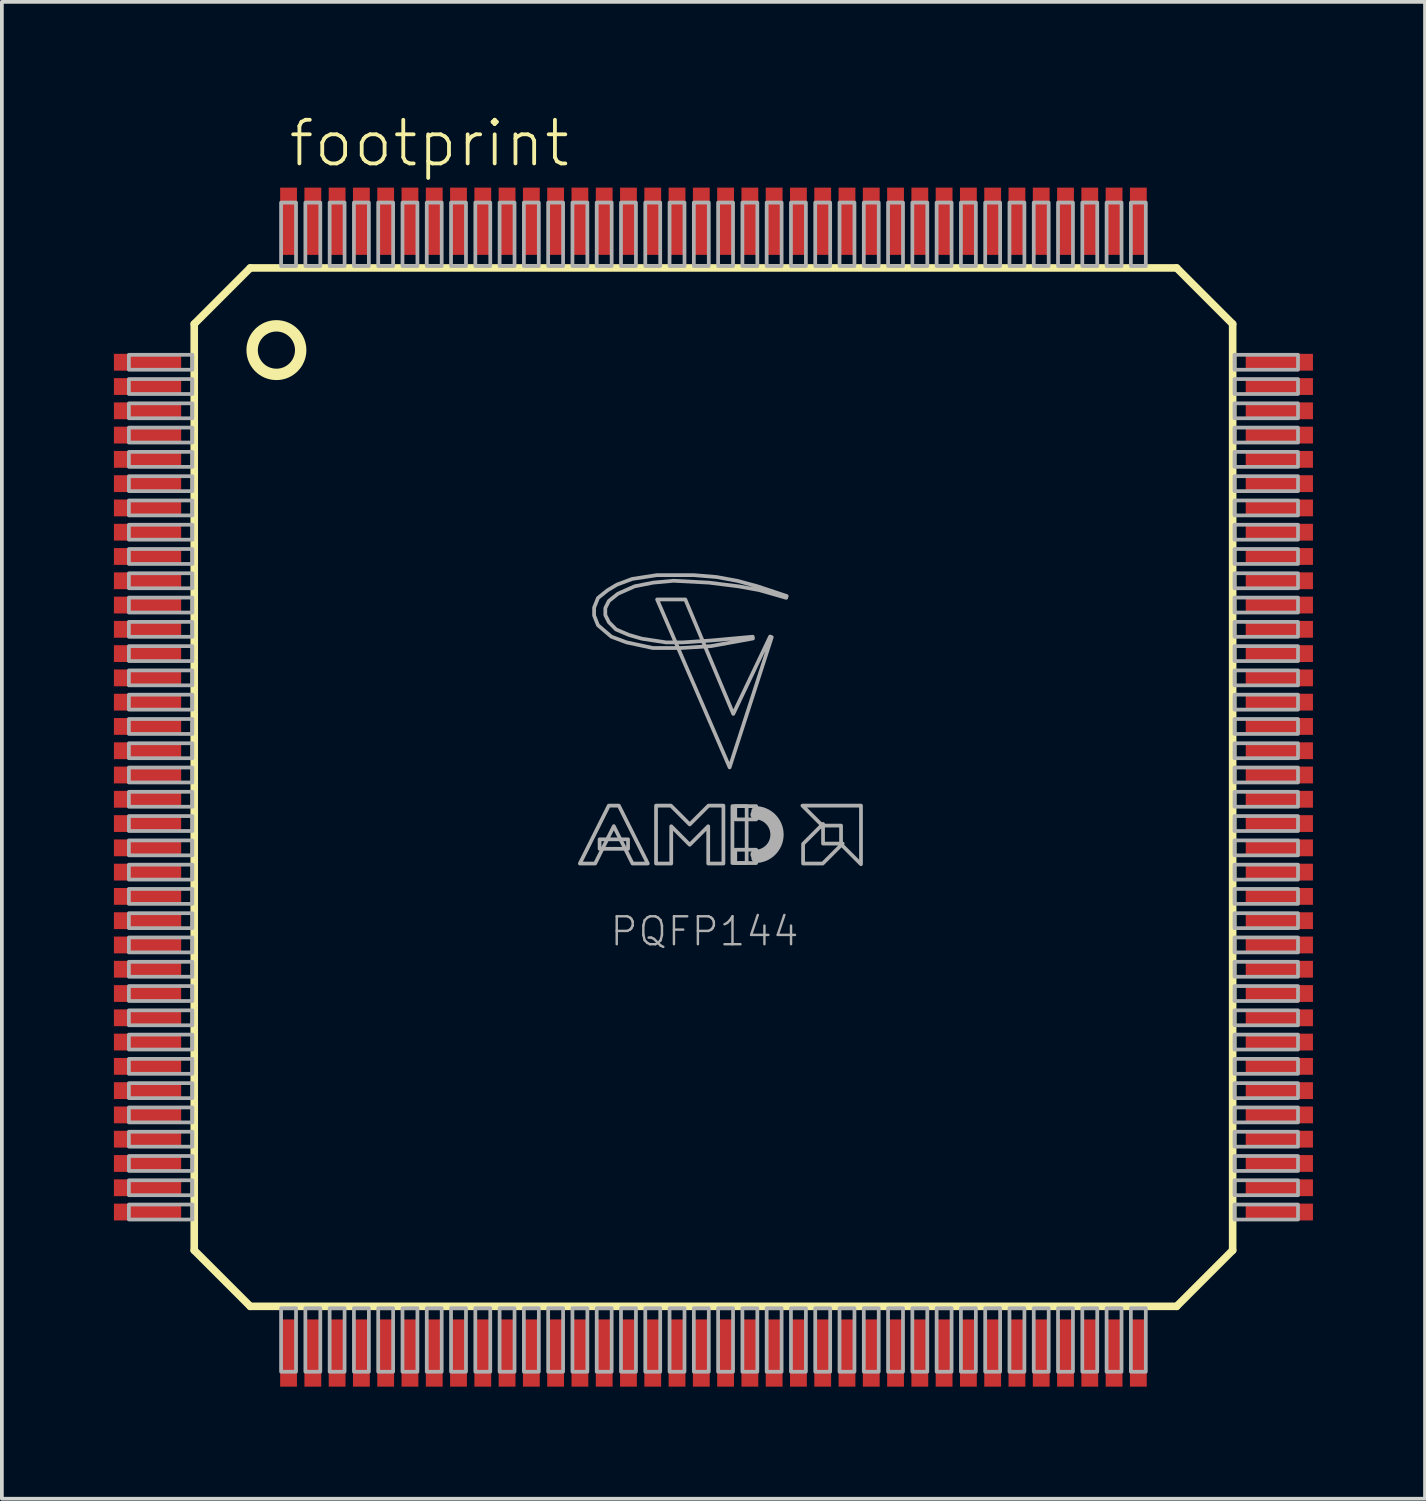
<source format=kicad_pcb>
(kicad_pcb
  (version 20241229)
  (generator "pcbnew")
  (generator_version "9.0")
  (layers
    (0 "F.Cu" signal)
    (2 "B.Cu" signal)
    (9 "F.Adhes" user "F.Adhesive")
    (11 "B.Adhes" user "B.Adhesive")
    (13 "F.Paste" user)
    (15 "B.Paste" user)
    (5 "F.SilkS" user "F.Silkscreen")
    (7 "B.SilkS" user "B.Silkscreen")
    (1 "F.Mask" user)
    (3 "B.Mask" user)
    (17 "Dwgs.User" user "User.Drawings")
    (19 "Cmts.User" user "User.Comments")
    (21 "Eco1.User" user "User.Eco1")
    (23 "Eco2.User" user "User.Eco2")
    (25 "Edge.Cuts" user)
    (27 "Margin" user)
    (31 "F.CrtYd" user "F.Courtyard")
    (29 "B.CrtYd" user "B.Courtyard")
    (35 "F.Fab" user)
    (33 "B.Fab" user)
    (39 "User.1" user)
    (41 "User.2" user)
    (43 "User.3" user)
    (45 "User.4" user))
  (footprint "footprint"
    (layer "F.Cu")
    (at 16.05 18.023)
    (property "Reference" "footprint" (at -11.43 -16.55 0) (layer "F.SilkS") (effects (font (size 1.168 1.168) (thickness 0.102)) (justify left bottom)))
    (fp_line (start -13.9 -12.4) (end -12.4 -13.9) (stroke (width 0.203) (type solid)) (layer "F.SilkS"))
    (fp_line (start -13.9 12.4) (end -13.9 -12.4) (stroke (width 0.203) (type solid)) (layer "F.SilkS"))
    (fp_line (start -12.4 -13.9) (end 12.4 -13.9) (stroke (width 0.203) (type solid)) (layer "F.SilkS"))
    (fp_line (start -12.4 13.9) (end -13.9 12.4) (stroke (width 0.203) (type solid)) (layer "F.SilkS"))
    (fp_line (start 12.4 -13.9) (end 13.9 -12.4) (stroke (width 0.203) (type solid)) (layer "F.SilkS"))
    (fp_line (start 12.4 13.9) (end -12.4 13.9) (stroke (width 0.203) (type solid)) (layer "F.SilkS"))
    (fp_line (start 13.9 -12.4) (end 13.9 12.4) (stroke (width 0.203) (type solid)) (layer "F.SilkS"))
    (fp_line (start 13.9 12.4) (end 12.4 13.9) (stroke (width 0.203) (type solid)) (layer "F.SilkS"))
    (fp_circle (center -11.7 -11.7) (end -11.05 -11.7) (stroke (width 0.305) (type solid)) (fill no) (layer "F.SilkS"))
    (fp_arc (start 1.1176 0.5334) (mid 1.8542 1.27) (end 1.1176 2.0066) (stroke (width 0.0508) (type solid)) (layer "F.Fab"))
    (fp_arc (start 1.1176 0.635) (mid 1.7526 1.27) (end 1.1176 1.905) (stroke (width 0.2032) (type solid)) (layer "F.Fab"))
    (fp_arc (start 1.1176 0.7366) (mid 1.651 1.27) (end 1.1176 1.8034) (stroke (width 0.254) (type solid)) (layer "F.Fab"))
    (fp_poly (pts (xy -15.65 -11.175) (xy -13.95 -11.175) (xy -13.95 -11.575) (xy -15.65 -11.575)) (stroke (width 0.1) (type solid)) (fill no) (layer "F.Fab"))
    (fp_poly (pts (xy -15.65 -10.525) (xy -13.95 -10.525) (xy -13.95 -10.925) (xy -15.65 -10.925)) (stroke (width 0.1) (type solid)) (fill no) (layer "F.Fab"))
    (fp_poly (pts (xy -15.65 -9.875) (xy -13.95 -9.875) (xy -13.95 -10.275) (xy -15.65 -10.275)) (stroke (width 0.1) (type solid)) (fill no) (layer "F.Fab"))
    (fp_poly (pts (xy -15.65 -9.225) (xy -13.95 -9.225) (xy -13.95 -9.625) (xy -15.65 -9.625)) (stroke (width 0.1) (type solid)) (fill no) (layer "F.Fab"))
    (fp_poly (pts (xy -15.65 -8.575) (xy -13.95 -8.575) (xy -13.95 -8.975) (xy -15.65 -8.975)) (stroke (width 0.1) (type solid)) (fill no) (layer "F.Fab"))
    (fp_poly (pts (xy -15.65 -7.925) (xy -13.95 -7.925) (xy -13.95 -8.325) (xy -15.65 -8.325)) (stroke (width 0.1) (type solid)) (fill no) (layer "F.Fab"))
    (fp_poly (pts (xy -15.65 -7.275) (xy -13.95 -7.275) (xy -13.95 -7.675) (xy -15.65 -7.675)) (stroke (width 0.1) (type solid)) (fill no) (layer "F.Fab"))
    (fp_poly (pts (xy -15.65 -6.625) (xy -13.95 -6.625) (xy -13.95 -7.025) (xy -15.65 -7.025)) (stroke (width 0.1) (type solid)) (fill no) (layer "F.Fab"))
    (fp_poly (pts (xy -15.65 -5.975) (xy -13.95 -5.975) (xy -13.95 -6.375) (xy -15.65 -6.375)) (stroke (width 0.1) (type solid)) (fill no) (layer "F.Fab"))
    (fp_poly (pts (xy -15.65 -5.325) (xy -13.95 -5.325) (xy -13.95 -5.725) (xy -15.65 -5.725)) (stroke (width 0.1) (type solid)) (fill no) (layer "F.Fab"))
    (fp_poly (pts (xy -15.65 -4.675) (xy -13.95 -4.675) (xy -13.95 -5.075) (xy -15.65 -5.075)) (stroke (width 0.1) (type solid)) (fill no) (layer "F.Fab"))
    (fp_poly (pts (xy -15.65 -4.025) (xy -13.95 -4.025) (xy -13.95 -4.425) (xy -15.65 -4.425)) (stroke (width 0.1) (type solid)) (fill no) (layer "F.Fab"))
    (fp_poly (pts (xy -15.65 -3.375) (xy -13.95 -3.375) (xy -13.95 -3.775) (xy -15.65 -3.775)) (stroke (width 0.1) (type solid)) (fill no) (layer "F.Fab"))
    (fp_poly (pts (xy -15.65 -2.725) (xy -13.95 -2.725) (xy -13.95 -3.125) (xy -15.65 -3.125)) (stroke (width 0.1) (type solid)) (fill no) (layer "F.Fab"))
    (fp_poly (pts (xy -15.65 -2.075) (xy -13.95 -2.075) (xy -13.95 -2.475) (xy -15.65 -2.475)) (stroke (width 0.1) (type solid)) (fill no) (layer "F.Fab"))
    (fp_poly (pts (xy -15.65 -1.425) (xy -13.95 -1.425) (xy -13.95 -1.825) (xy -15.65 -1.825)) (stroke (width 0.1) (type solid)) (fill no) (layer "F.Fab"))
    (fp_poly (pts (xy -15.65 -0.775) (xy -13.95 -0.775) (xy -13.95 -1.175) (xy -15.65 -1.175)) (stroke (width 0.1) (type solid)) (fill no) (layer "F.Fab"))
    (fp_poly (pts (xy -15.65 -0.125) (xy -13.95 -0.125) (xy -13.95 -0.525) (xy -15.65 -0.525)) (stroke (width 0.1) (type solid)) (fill no) (layer "F.Fab"))
    (fp_poly (pts (xy -15.65 0.525) (xy -13.95 0.525) (xy -13.95 0.125) (xy -15.65 0.125)) (stroke (width 0.1) (type solid)) (fill no) (layer "F.Fab"))
    (fp_poly (pts (xy -15.65 1.175) (xy -13.95 1.175) (xy -13.95 0.775) (xy -15.65 0.775)) (stroke (width 0.1) (type solid)) (fill no) (layer "F.Fab"))
    (fp_poly (pts (xy -15.65 1.825) (xy -13.95 1.825) (xy -13.95 1.425) (xy -15.65 1.425)) (stroke (width 0.1) (type solid)) (fill no) (layer "F.Fab"))
    (fp_poly (pts (xy -15.65 2.475) (xy -13.95 2.475) (xy -13.95 2.075) (xy -15.65 2.075)) (stroke (width 0.1) (type solid)) (fill no) (layer "F.Fab"))
    (fp_poly (pts (xy -15.65 3.125) (xy -13.95 3.125) (xy -13.95 2.725) (xy -15.65 2.725)) (stroke (width 0.1) (type solid)) (fill no) (layer "F.Fab"))
    (fp_poly (pts (xy -15.65 3.775) (xy -13.95 3.775) (xy -13.95 3.375) (xy -15.65 3.375)) (stroke (width 0.1) (type solid)) (fill no) (layer "F.Fab"))
    (fp_poly (pts (xy -15.65 4.425) (xy -13.95 4.425) (xy -13.95 4.025) (xy -15.65 4.025)) (stroke (width 0.1) (type solid)) (fill no) (layer "F.Fab"))
    (fp_poly (pts (xy -15.65 5.075) (xy -13.95 5.075) (xy -13.95 4.675) (xy -15.65 4.675)) (stroke (width 0.1) (type solid)) (fill no) (layer "F.Fab"))
    (fp_poly (pts (xy -15.65 5.725) (xy -13.95 5.725) (xy -13.95 5.325) (xy -15.65 5.325)) (stroke (width 0.1) (type solid)) (fill no) (layer "F.Fab"))
    (fp_poly (pts (xy -15.65 6.375) (xy -13.95 6.375) (xy -13.95 5.975) (xy -15.65 5.975)) (stroke (width 0.1) (type solid)) (fill no) (layer "F.Fab"))
    (fp_poly (pts (xy -15.65 7.025) (xy -13.95 7.025) (xy -13.95 6.625) (xy -15.65 6.625)) (stroke (width 0.1) (type solid)) (fill no) (layer "F.Fab"))
    (fp_poly (pts (xy -15.65 7.675) (xy -13.95 7.675) (xy -13.95 7.275) (xy -15.65 7.275)) (stroke (width 0.1) (type solid)) (fill no) (layer "F.Fab"))
    (fp_poly (pts (xy -15.65 8.325) (xy -13.95 8.325) (xy -13.95 7.925) (xy -15.65 7.925)) (stroke (width 0.1) (type solid)) (fill no) (layer "F.Fab"))
    (fp_poly (pts (xy -15.65 8.975) (xy -13.95 8.975) (xy -13.95 8.575) (xy -15.65 8.575)) (stroke (width 0.1) (type solid)) (fill no) (layer "F.Fab"))
    (fp_poly (pts (xy -15.65 9.625) (xy -13.95 9.625) (xy -13.95 9.225) (xy -15.65 9.225)) (stroke (width 0.1) (type solid)) (fill no) (layer "F.Fab"))
    (fp_poly (pts (xy -15.65 10.275) (xy -13.95 10.275) (xy -13.95 9.875) (xy -15.65 9.875)) (stroke (width 0.1) (type solid)) (fill no) (layer "F.Fab"))
    (fp_poly (pts (xy -15.65 10.925) (xy -13.95 10.925) (xy -13.95 10.525) (xy -15.65 10.525)) (stroke (width 0.1) (type solid)) (fill no) (layer "F.Fab"))
    (fp_poly (pts (xy -15.65 11.575) (xy -13.95 11.575) (xy -13.95 11.175) (xy -15.65 11.175)) (stroke (width 0.1) (type solid)) (fill no) (layer "F.Fab"))
    (fp_poly (pts (xy -11.575 -13.95) (xy -11.175 -13.95) (xy -11.175 -15.65) (xy -11.575 -15.65)) (stroke (width 0.1) (type solid)) (fill no) (layer "F.Fab"))
    (fp_poly (pts (xy -11.575 15.65) (xy -11.175 15.65) (xy -11.175 13.95) (xy -11.575 13.95)) (stroke (width 0.1) (type solid)) (fill no) (layer "F.Fab"))
    (fp_poly (pts (xy -10.925 -13.95) (xy -10.525 -13.95) (xy -10.525 -15.65) (xy -10.925 -15.65)) (stroke (width 0.1) (type solid)) (fill no) (layer "F.Fab"))
    (fp_poly (pts (xy -10.925 15.65) (xy -10.525 15.65) (xy -10.525 13.95) (xy -10.925 13.95)) (stroke (width 0.1) (type solid)) (fill no) (layer "F.Fab"))
    (fp_poly (pts (xy -10.275 -13.95) (xy -9.875 -13.95) (xy -9.875 -15.65) (xy -10.275 -15.65)) (stroke (width 0.1) (type solid)) (fill no) (layer "F.Fab"))
    (fp_poly (pts (xy -10.275 15.65) (xy -9.875 15.65) (xy -9.875 13.95) (xy -10.275 13.95)) (stroke (width 0.1) (type solid)) (fill no) (layer "F.Fab"))
    (fp_poly (pts (xy -9.625 -13.95) (xy -9.225 -13.95) (xy -9.225 -15.65) (xy -9.625 -15.65)) (stroke (width 0.1) (type solid)) (fill no) (layer "F.Fab"))
    (fp_poly (pts (xy -9.625 15.65) (xy -9.225 15.65) (xy -9.225 13.95) (xy -9.625 13.95)) (stroke (width 0.1) (type solid)) (fill no) (layer "F.Fab"))
    (fp_poly (pts (xy -8.975 -13.95) (xy -8.575 -13.95) (xy -8.575 -15.65) (xy -8.975 -15.65)) (stroke (width 0.1) (type solid)) (fill no) (layer "F.Fab"))
    (fp_poly (pts (xy -8.975 15.65) (xy -8.575 15.65) (xy -8.575 13.95) (xy -8.975 13.95)) (stroke (width 0.1) (type solid)) (fill no) (layer "F.Fab"))
    (fp_poly (pts (xy -8.325 -13.95) (xy -7.925 -13.95) (xy -7.925 -15.65) (xy -8.325 -15.65)) (stroke (width 0.1) (type solid)) (fill no) (layer "F.Fab"))
    (fp_poly (pts (xy -8.325 15.65) (xy -7.925 15.65) (xy -7.925 13.95) (xy -8.325 13.95)) (stroke (width 0.1) (type solid)) (fill no) (layer "F.Fab"))
    (fp_poly (pts (xy -7.675 -13.95) (xy -7.275 -13.95) (xy -7.275 -15.65) (xy -7.675 -15.65)) (stroke (width 0.1) (type solid)) (fill no) (layer "F.Fab"))
    (fp_poly (pts (xy -7.675 15.65) (xy -7.275 15.65) (xy -7.275 13.95) (xy -7.675 13.95)) (stroke (width 0.1) (type solid)) (fill no) (layer "F.Fab"))
    (fp_poly (pts (xy -7.025 -13.95) (xy -6.625 -13.95) (xy -6.625 -15.65) (xy -7.025 -15.65)) (stroke (width 0.1) (type solid)) (fill no) (layer "F.Fab"))
    (fp_poly (pts (xy -7.025 15.65) (xy -6.625 15.65) (xy -6.625 13.95) (xy -7.025 13.95)) (stroke (width 0.1) (type solid)) (fill no) (layer "F.Fab"))
    (fp_poly (pts (xy -6.375 -13.95) (xy -5.975 -13.95) (xy -5.975 -15.65) (xy -6.375 -15.65)) (stroke (width 0.1) (type solid)) (fill no) (layer "F.Fab"))
    (fp_poly (pts (xy -6.375 15.65) (xy -5.975 15.65) (xy -5.975 13.95) (xy -6.375 13.95)) (stroke (width 0.1) (type solid)) (fill no) (layer "F.Fab"))
    (fp_poly (pts (xy -5.725 -13.95) (xy -5.325 -13.95) (xy -5.325 -15.65) (xy -5.725 -15.65)) (stroke (width 0.1) (type solid)) (fill no) (layer "F.Fab"))
    (fp_poly (pts (xy -5.725 15.65) (xy -5.325 15.65) (xy -5.325 13.95) (xy -5.725 13.95)) (stroke (width 0.1) (type solid)) (fill no) (layer "F.Fab"))
    (fp_poly (pts (xy -5.075 -13.95) (xy -4.675 -13.95) (xy -4.675 -15.65) (xy -5.075 -15.65)) (stroke (width 0.1) (type solid)) (fill no) (layer "F.Fab"))
    (fp_poly (pts (xy -5.075 15.65) (xy -4.675 15.65) (xy -4.675 13.95) (xy -5.075 13.95)) (stroke (width 0.1) (type solid)) (fill no) (layer "F.Fab"))
    (fp_poly (pts (xy -4.425 -13.95) (xy -4.025 -13.95) (xy -4.025 -15.65) (xy -4.425 -15.65)) (stroke (width 0.1) (type solid)) (fill no) (layer "F.Fab"))
    (fp_poly (pts (xy -4.425 15.65) (xy -4.025 15.65) (xy -4.025 13.95) (xy -4.425 13.95)) (stroke (width 0.1) (type solid)) (fill no) (layer "F.Fab"))
    (fp_poly (pts (xy -3.775 -13.95) (xy -3.375 -13.95) (xy -3.375 -15.65) (xy -3.775 -15.65)) (stroke (width 0.1) (type solid)) (fill no) (layer "F.Fab"))
    (fp_poly (pts (xy -3.775 15.65) (xy -3.375 15.65) (xy -3.375 13.95) (xy -3.775 13.95)) (stroke (width 0.1) (type solid)) (fill no) (layer "F.Fab"))
    (fp_poly (pts (xy -3.125 -13.95) (xy -2.725 -13.95) (xy -2.725 -15.65) (xy -3.125 -15.65)) (stroke (width 0.1) (type solid)) (fill no) (layer "F.Fab"))
    (fp_poly (pts (xy -3.125 15.65) (xy -2.725 15.65) (xy -2.725 13.95) (xy -3.125 13.95)) (stroke (width 0.1) (type solid)) (fill no) (layer "F.Fab"))
    (fp_poly (pts (xy -3.048 1.651) (xy -2.286 1.651) (xy -2.286 1.397) (xy -3.048 1.397)) (stroke (width 0.1) (type solid)) (fill no) (layer "F.Fab"))
    (fp_poly (pts (xy -2.475 -13.95) (xy -2.075 -13.95) (xy -2.075 -15.65) (xy -2.475 -15.65)) (stroke (width 0.1) (type solid)) (fill no) (layer "F.Fab"))
    (fp_poly (pts (xy -2.475 15.65) (xy -2.075 15.65) (xy -2.075 13.95) (xy -2.475 13.95)) (stroke (width 0.1) (type solid)) (fill no) (layer "F.Fab"))
    (fp_poly (pts (xy -1.825 -13.95) (xy -1.425 -13.95) (xy -1.425 -15.65) (xy -1.825 -15.65)) (stroke (width 0.1) (type solid)) (fill no) (layer "F.Fab"))
    (fp_poly (pts (xy -1.825 15.65) (xy -1.425 15.65) (xy -1.425 13.95) (xy -1.825 13.95)) (stroke (width 0.1) (type solid)) (fill no) (layer "F.Fab"))
    (fp_poly (pts (xy -1.175 -13.95) (xy -0.775 -13.95) (xy -0.775 -15.65) (xy -1.175 -15.65)) (stroke (width 0.1) (type solid)) (fill no) (layer "F.Fab"))
    (fp_poly (pts (xy -1.175 15.65) (xy -0.775 15.65) (xy -0.775 13.95) (xy -1.175 13.95)) (stroke (width 0.1) (type solid)) (fill no) (layer "F.Fab"))
    (fp_poly (pts (xy -0.525 -13.95) (xy -0.125 -13.95) (xy -0.125 -15.65) (xy -0.525 -15.65)) (stroke (width 0.1) (type solid)) (fill no) (layer "F.Fab"))
    (fp_poly (pts (xy -0.525 15.65) (xy -0.125 15.65) (xy -0.125 13.95) (xy -0.525 13.95)) (stroke (width 0.1) (type solid)) (fill no) (layer "F.Fab"))
    (fp_poly (pts (xy 0.125 -13.95) (xy 0.525 -13.95) (xy 0.525 -15.65) (xy 0.125 -15.65)) (stroke (width 0.1) (type solid)) (fill no) (layer "F.Fab"))
    (fp_poly (pts (xy 0.125 15.65) (xy 0.525 15.65) (xy 0.525 13.95) (xy 0.125 13.95)) (stroke (width 0.1) (type solid)) (fill no) (layer "F.Fab"))
    (fp_poly (pts (xy 0.508 2.032) (xy 0.889 2.032) (xy 0.889 0.508) (xy 0.508 0.508)) (stroke (width 0.1) (type solid)) (fill no) (layer "F.Fab"))
    (fp_poly (pts (xy 0.584 0.864) (xy 1.143 0.864) (xy 1.143 0.508) (xy 0.584 0.508)) (stroke (width 0.1) (type solid)) (fill no) (layer "F.Fab"))
    (fp_poly (pts (xy 0.584 2.032) (xy 1.143 2.032) (xy 1.143 1.676) (xy 0.584 1.676)) (stroke (width 0.1) (type solid)) (fill no) (layer "F.Fab"))
    (fp_poly (pts (xy 0.775 -13.95) (xy 1.175 -13.95) (xy 1.175 -15.65) (xy 0.775 -15.65)) (stroke (width 0.1) (type solid)) (fill no) (layer "F.Fab"))
    (fp_poly (pts (xy 0.775 15.65) (xy 1.175 15.65) (xy 1.175 13.95) (xy 0.775 13.95)) (stroke (width 0.1) (type solid)) (fill no) (layer "F.Fab"))
    (fp_poly (pts (xy 1.425 -13.95) (xy 1.825 -13.95) (xy 1.825 -15.65) (xy 1.425 -15.65)) (stroke (width 0.1) (type solid)) (fill no) (layer "F.Fab"))
    (fp_poly (pts (xy 1.425 15.65) (xy 1.825 15.65) (xy 1.825 13.95) (xy 1.425 13.95)) (stroke (width 0.1) (type solid)) (fill no) (layer "F.Fab"))
    (fp_poly (pts (xy 2.075 -13.95) (xy 2.475 -13.95) (xy 2.475 -15.65) (xy 2.075 -15.65)) (stroke (width 0.1) (type solid)) (fill no) (layer "F.Fab"))
    (fp_poly (pts (xy 2.075 15.65) (xy 2.475 15.65) (xy 2.475 13.95) (xy 2.075 13.95)) (stroke (width 0.1) (type solid)) (fill no) (layer "F.Fab"))
    (fp_poly (pts (xy 2.725 -13.95) (xy 3.125 -13.95) (xy 3.125 -15.65) (xy 2.725 -15.65)) (stroke (width 0.1) (type solid)) (fill no) (layer "F.Fab"))
    (fp_poly (pts (xy 2.725 15.65) (xy 3.125 15.65) (xy 3.125 13.95) (xy 2.725 13.95)) (stroke (width 0.1) (type solid)) (fill no) (layer "F.Fab"))
    (fp_poly (pts (xy 3.375 -13.95) (xy 3.775 -13.95) (xy 3.775 -15.65) (xy 3.375 -15.65)) (stroke (width 0.1) (type solid)) (fill no) (layer "F.Fab"))
    (fp_poly (pts (xy 3.375 15.65) (xy 3.775 15.65) (xy 3.775 13.95) (xy 3.375 13.95)) (stroke (width 0.1) (type solid)) (fill no) (layer "F.Fab"))
    (fp_poly (pts (xy 4.025 -13.95) (xy 4.425 -13.95) (xy 4.425 -15.65) (xy 4.025 -15.65)) (stroke (width 0.1) (type solid)) (fill no) (layer "F.Fab"))
    (fp_poly (pts (xy 4.025 15.65) (xy 4.425 15.65) (xy 4.425 13.95) (xy 4.025 13.95)) (stroke (width 0.1) (type solid)) (fill no) (layer "F.Fab"))
    (fp_poly (pts (xy 4.675 -13.95) (xy 5.075 -13.95) (xy 5.075 -15.65) (xy 4.675 -15.65)) (stroke (width 0.1) (type solid)) (fill no) (layer "F.Fab"))
    (fp_poly (pts (xy 4.675 15.65) (xy 5.075 15.65) (xy 5.075 13.95) (xy 4.675 13.95)) (stroke (width 0.1) (type solid)) (fill no) (layer "F.Fab"))
    (fp_poly (pts (xy 5.325 -13.95) (xy 5.725 -13.95) (xy 5.725 -15.65) (xy 5.325 -15.65)) (stroke (width 0.1) (type solid)) (fill no) (layer "F.Fab"))
    (fp_poly (pts (xy 5.325 15.65) (xy 5.725 15.65) (xy 5.725 13.95) (xy 5.325 13.95)) (stroke (width 0.1) (type solid)) (fill no) (layer "F.Fab"))
    (fp_poly (pts (xy 5.975 -13.95) (xy 6.375 -13.95) (xy 6.375 -15.65) (xy 5.975 -15.65)) (stroke (width 0.1) (type solid)) (fill no) (layer "F.Fab"))
    (fp_poly (pts (xy 5.975 15.65) (xy 6.375 15.65) (xy 6.375 13.95) (xy 5.975 13.95)) (stroke (width 0.1) (type solid)) (fill no) (layer "F.Fab"))
    (fp_poly (pts (xy 6.625 -13.95) (xy 7.025 -13.95) (xy 7.025 -15.65) (xy 6.625 -15.65)) (stroke (width 0.1) (type solid)) (fill no) (layer "F.Fab"))
    (fp_poly (pts (xy 6.625 15.65) (xy 7.025 15.65) (xy 7.025 13.95) (xy 6.625 13.95)) (stroke (width 0.1) (type solid)) (fill no) (layer "F.Fab"))
    (fp_poly (pts (xy 7.275 -13.95) (xy 7.675 -13.95) (xy 7.675 -15.65) (xy 7.275 -15.65)) (stroke (width 0.1) (type solid)) (fill no) (layer "F.Fab"))
    (fp_poly (pts (xy 7.275 15.65) (xy 7.675 15.65) (xy 7.675 13.95) (xy 7.275 13.95)) (stroke (width 0.1) (type solid)) (fill no) (layer "F.Fab"))
    (fp_poly (pts (xy 7.925 -13.95) (xy 8.325 -13.95) (xy 8.325 -15.65) (xy 7.925 -15.65)) (stroke (width 0.1) (type solid)) (fill no) (layer "F.Fab"))
    (fp_poly (pts (xy 7.925 15.65) (xy 8.325 15.65) (xy 8.325 13.95) (xy 7.925 13.95)) (stroke (width 0.1) (type solid)) (fill no) (layer "F.Fab"))
    (fp_poly (pts (xy 8.575 -13.95) (xy 8.975 -13.95) (xy 8.975 -15.65) (xy 8.575 -15.65)) (stroke (width 0.1) (type solid)) (fill no) (layer "F.Fab"))
    (fp_poly (pts (xy 8.575 15.65) (xy 8.975 15.65) (xy 8.975 13.95) (xy 8.575 13.95)) (stroke (width 0.1) (type solid)) (fill no) (layer "F.Fab"))
    (fp_poly (pts (xy 9.225 -13.95) (xy 9.625 -13.95) (xy 9.625 -15.65) (xy 9.225 -15.65)) (stroke (width 0.1) (type solid)) (fill no) (layer "F.Fab"))
    (fp_poly (pts (xy 9.225 15.65) (xy 9.625 15.65) (xy 9.625 13.95) (xy 9.225 13.95)) (stroke (width 0.1) (type solid)) (fill no) (layer "F.Fab"))
    (fp_poly (pts (xy 9.875 -13.95) (xy 10.275 -13.95) (xy 10.275 -15.65) (xy 9.875 -15.65)) (stroke (width 0.1) (type solid)) (fill no) (layer "F.Fab"))
    (fp_poly (pts (xy 9.875 15.65) (xy 10.275 15.65) (xy 10.275 13.95) (xy 9.875 13.95)) (stroke (width 0.1) (type solid)) (fill no) (layer "F.Fab"))
    (fp_poly (pts (xy 10.525 -13.95) (xy 10.925 -13.95) (xy 10.925 -15.65) (xy 10.525 -15.65)) (stroke (width 0.1) (type solid)) (fill no) (layer "F.Fab"))
    (fp_poly (pts (xy 10.525 15.65) (xy 10.925 15.65) (xy 10.925 13.95) (xy 10.525 13.95)) (stroke (width 0.1) (type solid)) (fill no) (layer "F.Fab"))
    (fp_poly (pts (xy 11.175 -13.95) (xy 11.575 -13.95) (xy 11.575 -15.65) (xy 11.175 -15.65)) (stroke (width 0.1) (type solid)) (fill no) (layer "F.Fab"))
    (fp_poly (pts (xy 11.175 15.65) (xy 11.575 15.65) (xy 11.575 13.95) (xy 11.175 13.95)) (stroke (width 0.1) (type solid)) (fill no) (layer "F.Fab"))
    (fp_poly (pts (xy 13.95 -11.175) (xy 15.65 -11.175) (xy 15.65 -11.575) (xy 13.95 -11.575)) (stroke (width 0.1) (type solid)) (fill no) (layer "F.Fab"))
    (fp_poly (pts (xy 13.95 -10.525) (xy 15.65 -10.525) (xy 15.65 -10.925) (xy 13.95 -10.925)) (stroke (width 0.1) (type solid)) (fill no) (layer "F.Fab"))
    (fp_poly (pts (xy 13.95 -9.875) (xy 15.65 -9.875) (xy 15.65 -10.275) (xy 13.95 -10.275)) (stroke (width 0.1) (type solid)) (fill no) (layer "F.Fab"))
    (fp_poly (pts (xy 13.95 -9.225) (xy 15.65 -9.225) (xy 15.65 -9.625) (xy 13.95 -9.625)) (stroke (width 0.1) (type solid)) (fill no) (layer "F.Fab"))
    (fp_poly (pts (xy 13.95 -8.575) (xy 15.65 -8.575) (xy 15.65 -8.975) (xy 13.95 -8.975)) (stroke (width 0.1) (type solid)) (fill no) (layer "F.Fab"))
    (fp_poly (pts (xy 13.95 -7.925) (xy 15.65 -7.925) (xy 15.65 -8.325) (xy 13.95 -8.325)) (stroke (width 0.1) (type solid)) (fill no) (layer "F.Fab"))
    (fp_poly (pts (xy 13.95 -7.275) (xy 15.65 -7.275) (xy 15.65 -7.675) (xy 13.95 -7.675)) (stroke (width 0.1) (type solid)) (fill no) (layer "F.Fab"))
    (fp_poly (pts (xy 13.95 -6.625) (xy 15.65 -6.625) (xy 15.65 -7.025) (xy 13.95 -7.025)) (stroke (width 0.1) (type solid)) (fill no) (layer "F.Fab"))
    (fp_poly (pts (xy 13.95 -5.975) (xy 15.65 -5.975) (xy 15.65 -6.375) (xy 13.95 -6.375)) (stroke (width 0.1) (type solid)) (fill no) (layer "F.Fab"))
    (fp_poly (pts (xy 13.95 -5.325) (xy 15.65 -5.325) (xy 15.65 -5.725) (xy 13.95 -5.725)) (stroke (width 0.1) (type solid)) (fill no) (layer "F.Fab"))
    (fp_poly (pts (xy 13.95 -4.675) (xy 15.65 -4.675) (xy 15.65 -5.075) (xy 13.95 -5.075)) (stroke (width 0.1) (type solid)) (fill no) (layer "F.Fab"))
    (fp_poly (pts (xy 13.95 -4.025) (xy 15.65 -4.025) (xy 15.65 -4.425) (xy 13.95 -4.425)) (stroke (width 0.1) (type solid)) (fill no) (layer "F.Fab"))
    (fp_poly (pts (xy 13.95 -3.375) (xy 15.65 -3.375) (xy 15.65 -3.775) (xy 13.95 -3.775)) (stroke (width 0.1) (type solid)) (fill no) (layer "F.Fab"))
    (fp_poly (pts (xy 13.95 -2.725) (xy 15.65 -2.725) (xy 15.65 -3.125) (xy 13.95 -3.125)) (stroke (width 0.1) (type solid)) (fill no) (layer "F.Fab"))
    (fp_poly (pts (xy 13.95 -2.075) (xy 15.65 -2.075) (xy 15.65 -2.475) (xy 13.95 -2.475)) (stroke (width 0.1) (type solid)) (fill no) (layer "F.Fab"))
    (fp_poly (pts (xy 13.95 -1.425) (xy 15.65 -1.425) (xy 15.65 -1.825) (xy 13.95 -1.825)) (stroke (width 0.1) (type solid)) (fill no) (layer "F.Fab"))
    (fp_poly (pts (xy 13.95 -0.775) (xy 15.65 -0.775) (xy 15.65 -1.175) (xy 13.95 -1.175)) (stroke (width 0.1) (type solid)) (fill no) (layer "F.Fab"))
    (fp_poly (pts (xy 13.95 -0.125) (xy 15.65 -0.125) (xy 15.65 -0.525) (xy 13.95 -0.525)) (stroke (width 0.1) (type solid)) (fill no) (layer "F.Fab"))
    (fp_poly (pts (xy 13.95 0.525) (xy 15.65 0.525) (xy 15.65 0.125) (xy 13.95 0.125)) (stroke (width 0.1) (type solid)) (fill no) (layer "F.Fab"))
    (fp_poly (pts (xy 13.95 1.175) (xy 15.65 1.175) (xy 15.65 0.775) (xy 13.95 0.775)) (stroke (width 0.1) (type solid)) (fill no) (layer "F.Fab"))
    (fp_poly (pts (xy 13.95 1.825) (xy 15.65 1.825) (xy 15.65 1.425) (xy 13.95 1.425)) (stroke (width 0.1) (type solid)) (fill no) (layer "F.Fab"))
    (fp_poly (pts (xy 13.95 2.475) (xy 15.65 2.475) (xy 15.65 2.075) (xy 13.95 2.075)) (stroke (width 0.1) (type solid)) (fill no) (layer "F.Fab"))
    (fp_poly (pts (xy 13.95 3.125) (xy 15.65 3.125) (xy 15.65 2.725) (xy 13.95 2.725)) (stroke (width 0.1) (type solid)) (fill no) (layer "F.Fab"))
    (fp_poly (pts (xy 13.95 3.775) (xy 15.65 3.775) (xy 15.65 3.375) (xy 13.95 3.375)) (stroke (width 0.1) (type solid)) (fill no) (layer "F.Fab"))
    (fp_poly (pts (xy 13.95 4.425) (xy 15.65 4.425) (xy 15.65 4.025) (xy 13.95 4.025)) (stroke (width 0.1) (type solid)) (fill no) (layer "F.Fab"))
    (fp_poly (pts (xy 13.95 5.075) (xy 15.65 5.075) (xy 15.65 4.675) (xy 13.95 4.675)) (stroke (width 0.1) (type solid)) (fill no) (layer "F.Fab"))
    (fp_poly (pts (xy 13.95 5.725) (xy 15.65 5.725) (xy 15.65 5.325) (xy 13.95 5.325)) (stroke (width 0.1) (type solid)) (fill no) (layer "F.Fab"))
    (fp_poly (pts (xy 13.95 6.375) (xy 15.65 6.375) (xy 15.65 5.975) (xy 13.95 5.975)) (stroke (width 0.1) (type solid)) (fill no) (layer "F.Fab"))
    (fp_poly (pts (xy 13.95 7.025) (xy 15.65 7.025) (xy 15.65 6.625) (xy 13.95 6.625)) (stroke (width 0.1) (type solid)) (fill no) (layer "F.Fab"))
    (fp_poly (pts (xy 13.95 7.675) (xy 15.65 7.675) (xy 15.65 7.275) (xy 13.95 7.275)) (stroke (width 0.1) (type solid)) (fill no) (layer "F.Fab"))
    (fp_poly (pts (xy 13.95 8.325) (xy 15.65 8.325) (xy 15.65 7.925) (xy 13.95 7.925)) (stroke (width 0.1) (type solid)) (fill no) (layer "F.Fab"))
    (fp_poly (pts (xy 13.95 8.975) (xy 15.65 8.975) (xy 15.65 8.575) (xy 13.95 8.575)) (stroke (width 0.1) (type solid)) (fill no) (layer "F.Fab"))
    (fp_poly (pts (xy 13.95 9.625) (xy 15.65 9.625) (xy 15.65 9.225) (xy 13.95 9.225)) (stroke (width 0.1) (type solid)) (fill no) (layer "F.Fab"))
    (fp_poly (pts (xy 13.95 10.275) (xy 15.65 10.275) (xy 15.65 9.875) (xy 13.95 9.875)) (stroke (width 0.1) (type solid)) (fill no) (layer "F.Fab"))
    (fp_poly (pts (xy 13.95 10.925) (xy 15.65 10.925) (xy 15.65 10.525) (xy 13.95 10.525)) (stroke (width 0.1) (type solid)) (fill no) (layer "F.Fab"))
    (fp_poly (pts (xy 13.95 11.575) (xy 15.65 11.575) (xy 15.65 11.175) (xy 13.95 11.175)) (stroke (width 0.1) (type solid)) (fill no) (layer "F.Fab"))
    (fp_poly (pts (xy 0.531 -1.961) (xy 1.517 -4.032) (xy 1.561 -4.015) (xy 0.433 -0.529) (xy -1.508 -5.025) (xy -0.753 -5.025)) (stroke (width 0.1) (type solid)) (fill no) (layer "F.Fab"))
    (fp_poly (pts (xy 2.934 1.511) (xy 3.46 1.511) (xy 2.926 2.045) (xy 2.4 2.045) (xy 2.4 1.519) (xy 2.934 0.985)) (stroke (width 0.1) (type solid)) (fill no) (layer "F.Fab"))
    (fp_poly (pts (xy 3.95 2.063) (xy 3.416 1.529) (xy 3.416 1.029) (xy 2.916 1.029) (xy 2.382 0.495) (xy 3.95 0.495)) (stroke (width 0.1) (type solid)) (fill no) (layer "F.Fab"))
    (fp_poly (pts (xy -1.757 2.045) (xy -2.167 2.045) (xy -2.667 1.044) (xy -3.167 2.045) (xy -3.577 2.045) (xy -2.802 0.495) (xy -2.532 0.495)) (stroke (width 0.1) (type solid)) (fill no) (layer "F.Fab"))
    (fp_poly (pts (xy -0.635 0.998) (xy -0.132 0.495) (xy 0.267 0.495) (xy 0.267 2.045) (xy -0.14 2.045) (xy -0.14 1.047) (xy -0.635 1.542) (xy -1.13 1.047) (xy -1.13 2.045) (xy -1.537 2.045) (xy -1.537 0.495) (xy -1.138 0.495)) (stroke (width 0.1) (type solid)) (fill no) (layer "F.Fab"))
    (fp_poly (pts (xy 0.083 -5.625) (xy 0.636 -5.524) (xy 1.187 -5.374) (xy 1.961 -5.116) (xy 1.947 -5.069) (xy 1.224 -5.276) (xy 0.676 -5.375) (xy -0.122 -5.475) (xy -1.07 -5.525) (xy -1.616 -5.475) (xy -2.112 -5.376) (xy -2.557 -5.178) (xy -2.8 -4.984) (xy -2.895 -4.794) (xy -2.895 -4.606) (xy -2.799 -4.415) (xy -2.606 -4.221) (xy -2.262 -4.074) (xy -1.915 -3.974) (xy -1.268 -3.875) (xy -0.821 -3.875) (xy -0.072 -3.925) (xy 1.052 -4.027) (xy 1.058 -3.98) (xy -0.067 -3.775) (xy -0.869 -3.725) (xy -1.623 -3.725) (xy -2.327 -3.876) (xy -2.733 -4.028) (xy -3.091 -4.335) (xy -3.195 -4.595) (xy -3.195 -4.805) (xy -3.091 -5.065) (xy -2.834 -5.271) (xy -2.581 -5.423) (xy -2.176 -5.574) (xy -1.522 -5.675) (xy -0.519 -5.675)) (stroke (width 0.1) (type solid)) (fill no) (layer "F.Fab"))
    (fp_text user "PQFP144" (at -2.81 4.3 0) (layer "F.Fab") (effects (font (size 0.748 0.748) (thickness 0.065)) (justify left bottom)))
    (pad "1" smd rect (at -15.15 -11.375) (size 1.8 0.45) (layers "F.Cu" "F.Mask" "F.Paste"))
    (pad "2" smd rect (at -15.15 -10.725) (size 1.8 0.45) (layers "F.Cu" "F.Mask" "F.Paste"))
    (pad "3" smd rect (at -15.15 -10.075) (size 1.8 0.45) (layers "F.Cu" "F.Mask" "F.Paste"))
    (pad "4" smd rect (at -15.15 -9.425) (size 1.8 0.45) (layers "F.Cu" "F.Mask" "F.Paste"))
    (pad "5" smd rect (at -15.15 -8.775) (size 1.8 0.45) (layers "F.Cu" "F.Mask" "F.Paste"))
    (pad "6" smd rect (at -15.15 -8.125) (size 1.8 0.45) (layers "F.Cu" "F.Mask" "F.Paste"))
    (pad "7" smd rect (at -15.15 -7.475) (size 1.8 0.45) (layers "F.Cu" "F.Mask" "F.Paste"))
    (pad "8" smd rect (at -15.15 -6.825) (size 1.8 0.45) (layers "F.Cu" "F.Mask" "F.Paste"))
    (pad "9" smd rect (at -15.15 -6.175) (size 1.8 0.45) (layers "F.Cu" "F.Mask" "F.Paste"))
    (pad "10" smd rect (at -15.15 -5.525) (size 1.8 0.45) (layers "F.Cu" "F.Mask" "F.Paste"))
    (pad "11" smd rect (at -15.15 -4.875) (size 1.8 0.45) (layers "F.Cu" "F.Mask" "F.Paste"))
    (pad "12" smd rect (at -15.15 -4.225) (size 1.8 0.45) (layers "F.Cu" "F.Mask" "F.Paste"))
    (pad "13" smd rect (at -15.15 -3.575) (size 1.8 0.45) (layers "F.Cu" "F.Mask" "F.Paste"))
    (pad "14" smd rect (at -15.15 -2.925) (size 1.8 0.45) (layers "F.Cu" "F.Mask" "F.Paste"))
    (pad "15" smd rect (at -15.15 -2.275) (size 1.8 0.45) (layers "F.Cu" "F.Mask" "F.Paste"))
    (pad "16" smd rect (at -15.15 -1.625) (size 1.8 0.45) (layers "F.Cu" "F.Mask" "F.Paste"))
    (pad "17" smd rect (at -15.15 -0.975) (size 1.8 0.45) (layers "F.Cu" "F.Mask" "F.Paste"))
    (pad "18" smd rect (at -15.15 -0.325) (size 1.8 0.45) (layers "F.Cu" "F.Mask" "F.Paste"))
    (pad "19" smd rect (at -15.15 0.325) (size 1.8 0.45) (layers "F.Cu" "F.Mask" "F.Paste"))
    (pad "20" smd rect (at -15.15 0.975) (size 1.8 0.45) (layers "F.Cu" "F.Mask" "F.Paste"))
    (pad "21" smd rect (at -15.15 1.625) (size 1.8 0.45) (layers "F.Cu" "F.Mask" "F.Paste"))
    (pad "22" smd rect (at -15.15 2.275) (size 1.8 0.45) (layers "F.Cu" "F.Mask" "F.Paste"))
    (pad "23" smd rect (at -15.15 2.925) (size 1.8 0.45) (layers "F.Cu" "F.Mask" "F.Paste"))
    (pad "24" smd rect (at -15.15 3.575) (size 1.8 0.45) (layers "F.Cu" "F.Mask" "F.Paste"))
    (pad "25" smd rect (at -15.15 4.225) (size 1.8 0.45) (layers "F.Cu" "F.Mask" "F.Paste"))
    (pad "26" smd rect (at -15.15 4.875) (size 1.8 0.45) (layers "F.Cu" "F.Mask" "F.Paste"))
    (pad "27" smd rect (at -15.15 5.525) (size 1.8 0.45) (layers "F.Cu" "F.Mask" "F.Paste"))
    (pad "28" smd rect (at -15.15 6.175) (size 1.8 0.45) (layers "F.Cu" "F.Mask" "F.Paste"))
    (pad "29" smd rect (at -15.15 6.825) (size 1.8 0.45) (layers "F.Cu" "F.Mask" "F.Paste"))
    (pad "30" smd rect (at -15.15 7.475) (size 1.8 0.45) (layers "F.Cu" "F.Mask" "F.Paste"))
    (pad "31" smd rect (at -15.15 8.125) (size 1.8 0.45) (layers "F.Cu" "F.Mask" "F.Paste"))
    (pad "32" smd rect (at -15.15 8.775) (size 1.8 0.45) (layers "F.Cu" "F.Mask" "F.Paste"))
    (pad "33" smd rect (at -15.15 9.425) (size 1.8 0.45) (layers "F.Cu" "F.Mask" "F.Paste"))
    (pad "34" smd rect (at -15.15 10.075) (size 1.8 0.45) (layers "F.Cu" "F.Mask" "F.Paste"))
    (pad "35" smd rect (at -15.15 10.725) (size 1.8 0.45) (layers "F.Cu" "F.Mask" "F.Paste"))
    (pad "36" smd rect (at -15.15 11.375) (size 1.8 0.45) (layers "F.Cu" "F.Mask" "F.Paste"))
    (pad "37" smd rect (at -11.375 15.15) (size 0.45 1.8) (layers "F.Cu" "F.Mask" "F.Paste"))
    (pad "38" smd rect (at -10.725 15.15) (size 0.45 1.8) (layers "F.Cu" "F.Mask" "F.Paste"))
    (pad "39" smd rect (at -10.075 15.15) (size 0.45 1.8) (layers "F.Cu" "F.Mask" "F.Paste"))
    (pad "40" smd rect (at -9.425 15.15) (size 0.45 1.8) (layers "F.Cu" "F.Mask" "F.Paste"))
    (pad "41" smd rect (at -8.775 15.15) (size 0.45 1.8) (layers "F.Cu" "F.Mask" "F.Paste"))
    (pad "42" smd rect (at -8.125 15.15) (size 0.45 1.8) (layers "F.Cu" "F.Mask" "F.Paste"))
    (pad "43" smd rect (at -7.475 15.15) (size 0.45 1.8) (layers "F.Cu" "F.Mask" "F.Paste"))
    (pad "44" smd rect (at -6.825 15.15) (size 0.45 1.8) (layers "F.Cu" "F.Mask" "F.Paste"))
    (pad "45" smd rect (at -6.175 15.15) (size 0.45 1.8) (layers "F.Cu" "F.Mask" "F.Paste"))
    (pad "46" smd rect (at -5.525 15.15) (size 0.45 1.8) (layers "F.Cu" "F.Mask" "F.Paste"))
    (pad "47" smd rect (at -4.875 15.15) (size 0.45 1.8) (layers "F.Cu" "F.Mask" "F.Paste"))
    (pad "48" smd rect (at -4.225 15.15) (size 0.45 1.8) (layers "F.Cu" "F.Mask" "F.Paste"))
    (pad "49" smd rect (at -3.575 15.15) (size 0.45 1.8) (layers "F.Cu" "F.Mask" "F.Paste"))
    (pad "50" smd rect (at -2.925 15.15) (size 0.45 1.8) (layers "F.Cu" "F.Mask" "F.Paste"))
    (pad "51" smd rect (at -2.275 15.15) (size 0.45 1.8) (layers "F.Cu" "F.Mask" "F.Paste"))
    (pad "52" smd rect (at -1.625 15.15) (size 0.45 1.8) (layers "F.Cu" "F.Mask" "F.Paste"))
    (pad "53" smd rect (at -0.975 15.15) (size 0.45 1.8) (layers "F.Cu" "F.Mask" "F.Paste"))
    (pad "54" smd rect (at -0.325 15.15) (size 0.45 1.8) (layers "F.Cu" "F.Mask" "F.Paste"))
    (pad "55" smd rect (at 0.325 15.15) (size 0.45 1.8) (layers "F.Cu" "F.Mask" "F.Paste"))
    (pad "56" smd rect (at 0.975 15.15) (size 0.45 1.8) (layers "F.Cu" "F.Mask" "F.Paste"))
    (pad "57" smd rect (at 1.625 15.15) (size 0.45 1.8) (layers "F.Cu" "F.Mask" "F.Paste"))
    (pad "58" smd rect (at 2.275 15.15) (size 0.45 1.8) (layers "F.Cu" "F.Mask" "F.Paste"))
    (pad "59" smd rect (at 2.925 15.15) (size 0.45 1.8) (layers "F.Cu" "F.Mask" "F.Paste"))
    (pad "60" smd rect (at 3.575 15.15) (size 0.45 1.8) (layers "F.Cu" "F.Mask" "F.Paste"))
    (pad "61" smd rect (at 4.225 15.15) (size 0.45 1.8) (layers "F.Cu" "F.Mask" "F.Paste"))
    (pad "62" smd rect (at 4.875 15.15) (size 0.45 1.8) (layers "F.Cu" "F.Mask" "F.Paste"))
    (pad "63" smd rect (at 5.525 15.15) (size 0.45 1.8) (layers "F.Cu" "F.Mask" "F.Paste"))
    (pad "64" smd rect (at 6.175 15.15) (size 0.45 1.8) (layers "F.Cu" "F.Mask" "F.Paste"))
    (pad "65" smd rect (at 6.825 15.15) (size 0.45 1.8) (layers "F.Cu" "F.Mask" "F.Paste"))
    (pad "66" smd rect (at 7.475 15.15) (size 0.45 1.8) (layers "F.Cu" "F.Mask" "F.Paste"))
    (pad "67" smd rect (at 8.125 15.15) (size 0.45 1.8) (layers "F.Cu" "F.Mask" "F.Paste"))
    (pad "68" smd rect (at 8.775 15.15) (size 0.45 1.8) (layers "F.Cu" "F.Mask" "F.Paste"))
    (pad "69" smd rect (at 9.425 15.15) (size 0.45 1.8) (layers "F.Cu" "F.Mask" "F.Paste"))
    (pad "70" smd rect (at 10.075 15.15) (size 0.45 1.8) (layers "F.Cu" "F.Mask" "F.Paste"))
    (pad "71" smd rect (at 10.725 15.15) (size 0.45 1.8) (layers "F.Cu" "F.Mask" "F.Paste"))
    (pad "72" smd rect (at 11.375 15.15) (size 0.45 1.8) (layers "F.Cu" "F.Mask" "F.Paste"))
    (pad "73" smd rect (at 15.15 11.375) (size 1.8 0.45) (layers "F.Cu" "F.Mask" "F.Paste"))
    (pad "74" smd rect (at 15.15 10.725) (size 1.8 0.45) (layers "F.Cu" "F.Mask" "F.Paste"))
    (pad "75" smd rect (at 15.15 10.075) (size 1.8 0.45) (layers "F.Cu" "F.Mask" "F.Paste"))
    (pad "76" smd rect (at 15.15 9.425) (size 1.8 0.45) (layers "F.Cu" "F.Mask" "F.Paste"))
    (pad "77" smd rect (at 15.15 8.775) (size 1.8 0.45) (layers "F.Cu" "F.Mask" "F.Paste"))
    (pad "78" smd rect (at 15.15 8.125) (size 1.8 0.45) (layers "F.Cu" "F.Mask" "F.Paste"))
    (pad "79" smd rect (at 15.15 7.475) (size 1.8 0.45) (layers "F.Cu" "F.Mask" "F.Paste"))
    (pad "80" smd rect (at 15.15 6.825) (size 1.8 0.45) (layers "F.Cu" "F.Mask" "F.Paste"))
    (pad "81" smd rect (at 15.15 6.175) (size 1.8 0.45) (layers "F.Cu" "F.Mask" "F.Paste"))
    (pad "82" smd rect (at 15.15 5.525) (size 1.8 0.45) (layers "F.Cu" "F.Mask" "F.Paste"))
    (pad "83" smd rect (at 15.15 4.875) (size 1.8 0.45) (layers "F.Cu" "F.Mask" "F.Paste"))
    (pad "84" smd rect (at 15.15 4.225) (size 1.8 0.45) (layers "F.Cu" "F.Mask" "F.Paste"))
    (pad "85" smd rect (at 15.15 3.575) (size 1.8 0.45) (layers "F.Cu" "F.Mask" "F.Paste"))
    (pad "86" smd rect (at 15.15 2.925) (size 1.8 0.45) (layers "F.Cu" "F.Mask" "F.Paste"))
    (pad "87" smd rect (at 15.15 2.275) (size 1.8 0.45) (layers "F.Cu" "F.Mask" "F.Paste"))
    (pad "88" smd rect (at 15.15 1.625) (size 1.8 0.45) (layers "F.Cu" "F.Mask" "F.Paste"))
    (pad "89" smd rect (at 15.15 0.975) (size 1.8 0.45) (layers "F.Cu" "F.Mask" "F.Paste"))
    (pad "90" smd rect (at 15.15 0.325) (size 1.8 0.45) (layers "F.Cu" "F.Mask" "F.Paste"))
    (pad "91" smd rect (at 15.15 -0.325) (size 1.8 0.45) (layers "F.Cu" "F.Mask" "F.Paste"))
    (pad "92" smd rect (at 15.15 -0.975) (size 1.8 0.45) (layers "F.Cu" "F.Mask" "F.Paste"))
    (pad "93" smd rect (at 15.15 -1.625) (size 1.8 0.45) (layers "F.Cu" "F.Mask" "F.Paste"))
    (pad "94" smd rect (at 15.15 -2.275) (size 1.8 0.45) (layers "F.Cu" "F.Mask" "F.Paste"))
    (pad "95" smd rect (at 15.15 -2.925) (size 1.8 0.45) (layers "F.Cu" "F.Mask" "F.Paste"))
    (pad "96" smd rect (at 15.15 -3.575) (size 1.8 0.45) (layers "F.Cu" "F.Mask" "F.Paste"))
    (pad "97" smd rect (at 15.15 -4.225) (size 1.8 0.45) (layers "F.Cu" "F.Mask" "F.Paste"))
    (pad "98" smd rect (at 15.15 -4.875) (size 1.8 0.45) (layers "F.Cu" "F.Mask" "F.Paste"))
    (pad "99" smd rect (at 15.15 -5.525) (size 1.8 0.45) (layers "F.Cu" "F.Mask" "F.Paste"))
    (pad "100" smd rect (at 15.15 -6.175) (size 1.8 0.45) (layers "F.Cu" "F.Mask" "F.Paste"))
    (pad "101" smd rect (at 15.15 -6.825) (size 1.8 0.45) (layers "F.Cu" "F.Mask" "F.Paste"))
    (pad "102" smd rect (at 15.15 -7.475) (size 1.8 0.45) (layers "F.Cu" "F.Mask" "F.Paste"))
    (pad "103" smd rect (at 15.15 -8.125) (size 1.8 0.45) (layers "F.Cu" "F.Mask" "F.Paste"))
    (pad "104" smd rect (at 15.15 -8.775) (size 1.8 0.45) (layers "F.Cu" "F.Mask" "F.Paste"))
    (pad "105" smd rect (at 15.15 -9.425) (size 1.8 0.45) (layers "F.Cu" "F.Mask" "F.Paste"))
    (pad "106" smd rect (at 15.15 -10.075) (size 1.8 0.45) (layers "F.Cu" "F.Mask" "F.Paste"))
    (pad "107" smd rect (at 15.15 -10.725) (size 1.8 0.45) (layers "F.Cu" "F.Mask" "F.Paste"))
    (pad "108" smd rect (at 15.15 -11.375) (size 1.8 0.45) (layers "F.Cu" "F.Mask" "F.Paste"))
    (pad "109" smd rect (at 11.375 -15.15) (size 0.45 1.8) (layers "F.Cu" "F.Mask" "F.Paste"))
    (pad "110" smd rect (at 10.725 -15.15) (size 0.45 1.8) (layers "F.Cu" "F.Mask" "F.Paste"))
    (pad "111" smd rect (at 10.075 -15.15) (size 0.45 1.8) (layers "F.Cu" "F.Mask" "F.Paste"))
    (pad "112" smd rect (at 9.425 -15.15) (size 0.45 1.8) (layers "F.Cu" "F.Mask" "F.Paste"))
    (pad "113" smd rect (at 8.775 -15.15) (size 0.45 1.8) (layers "F.Cu" "F.Mask" "F.Paste"))
    (pad "114" smd rect (at 8.125 -15.15) (size 0.45 1.8) (layers "F.Cu" "F.Mask" "F.Paste"))
    (pad "115" smd rect (at 7.475 -15.15) (size 0.45 1.8) (layers "F.Cu" "F.Mask" "F.Paste"))
    (pad "116" smd rect (at 6.825 -15.15) (size 0.45 1.8) (layers "F.Cu" "F.Mask" "F.Paste"))
    (pad "117" smd rect (at 6.175 -15.15) (size 0.45 1.8) (layers "F.Cu" "F.Mask" "F.Paste"))
    (pad "118" smd rect (at 5.525 -15.15) (size 0.45 1.8) (layers "F.Cu" "F.Mask" "F.Paste"))
    (pad "119" smd rect (at 4.875 -15.15) (size 0.45 1.8) (layers "F.Cu" "F.Mask" "F.Paste"))
    (pad "120" smd rect (at 4.225 -15.15) (size 0.45 1.8) (layers "F.Cu" "F.Mask" "F.Paste"))
    (pad "121" smd rect (at 3.575 -15.15) (size 0.45 1.8) (layers "F.Cu" "F.Mask" "F.Paste"))
    (pad "122" smd rect (at 2.925 -15.15) (size 0.45 1.8) (layers "F.Cu" "F.Mask" "F.Paste"))
    (pad "123" smd rect (at 2.275 -15.15) (size 0.45 1.8) (layers "F.Cu" "F.Mask" "F.Paste"))
    (pad "124" smd rect (at 1.625 -15.15) (size 0.45 1.8) (layers "F.Cu" "F.Mask" "F.Paste"))
    (pad "125" smd rect (at 0.975 -15.15) (size 0.45 1.8) (layers "F.Cu" "F.Mask" "F.Paste"))
    (pad "126" smd rect (at 0.325 -15.15) (size 0.45 1.8) (layers "F.Cu" "F.Mask" "F.Paste"))
    (pad "127" smd rect (at -0.325 -15.15) (size 0.45 1.8) (layers "F.Cu" "F.Mask" "F.Paste"))
    (pad "128" smd rect (at -0.975 -15.15) (size 0.45 1.8) (layers "F.Cu" "F.Mask" "F.Paste"))
    (pad "129" smd rect (at -1.625 -15.15) (size 0.45 1.8) (layers "F.Cu" "F.Mask" "F.Paste"))
    (pad "130" smd rect (at -2.275 -15.15) (size 0.45 1.8) (layers "F.Cu" "F.Mask" "F.Paste"))
    (pad "131" smd rect (at -2.925 -15.15) (size 0.45 1.8) (layers "F.Cu" "F.Mask" "F.Paste"))
    (pad "132" smd rect (at -3.575 -15.15) (size 0.45 1.8) (layers "F.Cu" "F.Mask" "F.Paste"))
    (pad "133" smd rect (at -4.225 -15.15) (size 0.45 1.8) (layers "F.Cu" "F.Mask" "F.Paste"))
    (pad "134" smd rect (at -4.875 -15.15) (size 0.45 1.8) (layers "F.Cu" "F.Mask" "F.Paste"))
    (pad "135" smd rect (at -5.525 -15.15) (size 0.45 1.8) (layers "F.Cu" "F.Mask" "F.Paste"))
    (pad "136" smd rect (at -6.175 -15.15) (size 0.45 1.8) (layers "F.Cu" "F.Mask" "F.Paste"))
    (pad "137" smd rect (at -6.825 -15.15) (size 0.45 1.8) (layers "F.Cu" "F.Mask" "F.Paste"))
    (pad "138" smd rect (at -7.475 -15.15) (size 0.45 1.8) (layers "F.Cu" "F.Mask" "F.Paste"))
    (pad "139" smd rect (at -8.125 -15.15) (size 0.45 1.8) (layers "F.Cu" "F.Mask" "F.Paste"))
    (pad "140" smd rect (at -8.775 -15.15) (size 0.45 1.8) (layers "F.Cu" "F.Mask" "F.Paste"))
    (pad "141" smd rect (at -9.425 -15.15) (size 0.45 1.8) (layers "F.Cu" "F.Mask" "F.Paste"))
    (pad "142" smd rect (at -10.075 -15.15) (size 0.45 1.8) (layers "F.Cu" "F.Mask" "F.Paste"))
    (pad "143" smd rect (at -10.725 -15.15) (size 0.45 1.8) (layers "F.Cu" "F.Mask" "F.Paste"))
    (pad "144" smd rect (at -11.375 -15.15) (size 0.45 1.8) (layers "F.Cu" "F.Mask" "F.Paste")))
  (gr_rect
    (start -3 -3)
    (end 35.1 37.073)
    (stroke (width 0.1) (type default))
    (fill no)
    (layer "Edge.Cuts")))
</source>
